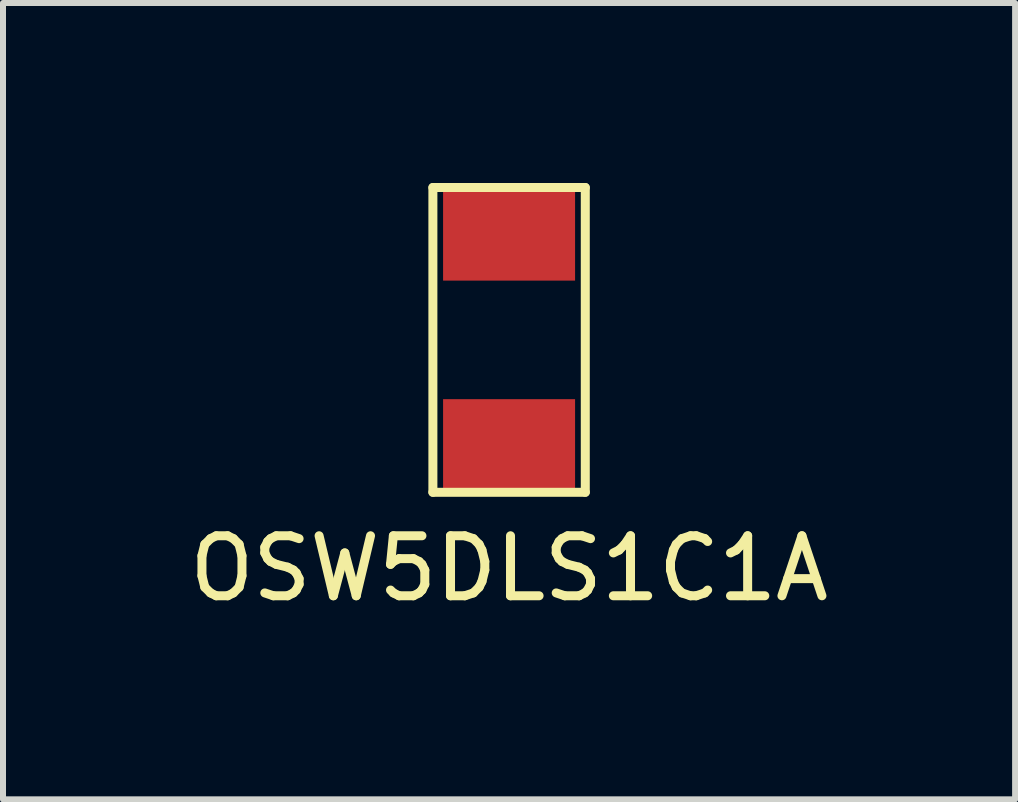
<source format=kicad_pcb>
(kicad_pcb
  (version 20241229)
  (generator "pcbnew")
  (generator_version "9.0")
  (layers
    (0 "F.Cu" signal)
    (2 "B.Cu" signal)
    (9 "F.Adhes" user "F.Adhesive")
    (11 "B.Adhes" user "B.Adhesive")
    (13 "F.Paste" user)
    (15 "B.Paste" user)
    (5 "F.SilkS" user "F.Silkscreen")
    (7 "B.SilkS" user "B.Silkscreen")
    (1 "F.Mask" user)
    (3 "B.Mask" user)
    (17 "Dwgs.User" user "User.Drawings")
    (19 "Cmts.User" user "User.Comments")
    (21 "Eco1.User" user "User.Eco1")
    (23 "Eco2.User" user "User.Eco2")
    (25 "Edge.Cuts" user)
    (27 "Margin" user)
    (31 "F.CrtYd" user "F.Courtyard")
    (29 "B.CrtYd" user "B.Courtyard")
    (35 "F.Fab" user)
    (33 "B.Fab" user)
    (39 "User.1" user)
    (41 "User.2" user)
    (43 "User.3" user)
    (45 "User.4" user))
  (footprint "OSW5DLS1C1A"
    (layer "F.Cu")
    (at 5.435 2.615)
    (property "Reference" "OSW5DLS1C1A" (at 0 3.81 0) (layer "F.SilkS") (effects (font (size 1 1) (thickness 0.15))))
    (attr through_hole)
    (fp_line (start -1.27 -2.54) (end 1.27 -2.54) (stroke (width 0.15) (type solid)) (layer "F.SilkS"))
    (fp_line (start -1.27 2.54) (end -1.27 -2.54) (stroke (width 0.15) (type solid)) (layer "F.SilkS"))
    (fp_line (start 1.27 -2.54) (end 1.27 2.54) (stroke (width 0.15) (type solid)) (layer "F.SilkS"))
    (fp_line (start 1.27 2.54) (end -1.27 2.54) (stroke (width 0.15) (type solid)) (layer "F.SilkS"))
    (pad "1" smd rect (at 0 -1.75) (size 2.2 1.524) (layers "F.Cu" "F.Mask" "F.Paste"))
    (pad "2" smd rect (at 0 1.75) (size 2.2 1.524) (layers "F.Cu" "F.Mask" "F.Paste")))
  (gr_rect
    (start -3 -3)
    (end 13.869 10.273)
    (stroke (width 0.1) (type default))
    (fill no)
    (layer "Edge.Cuts")))
</source>
